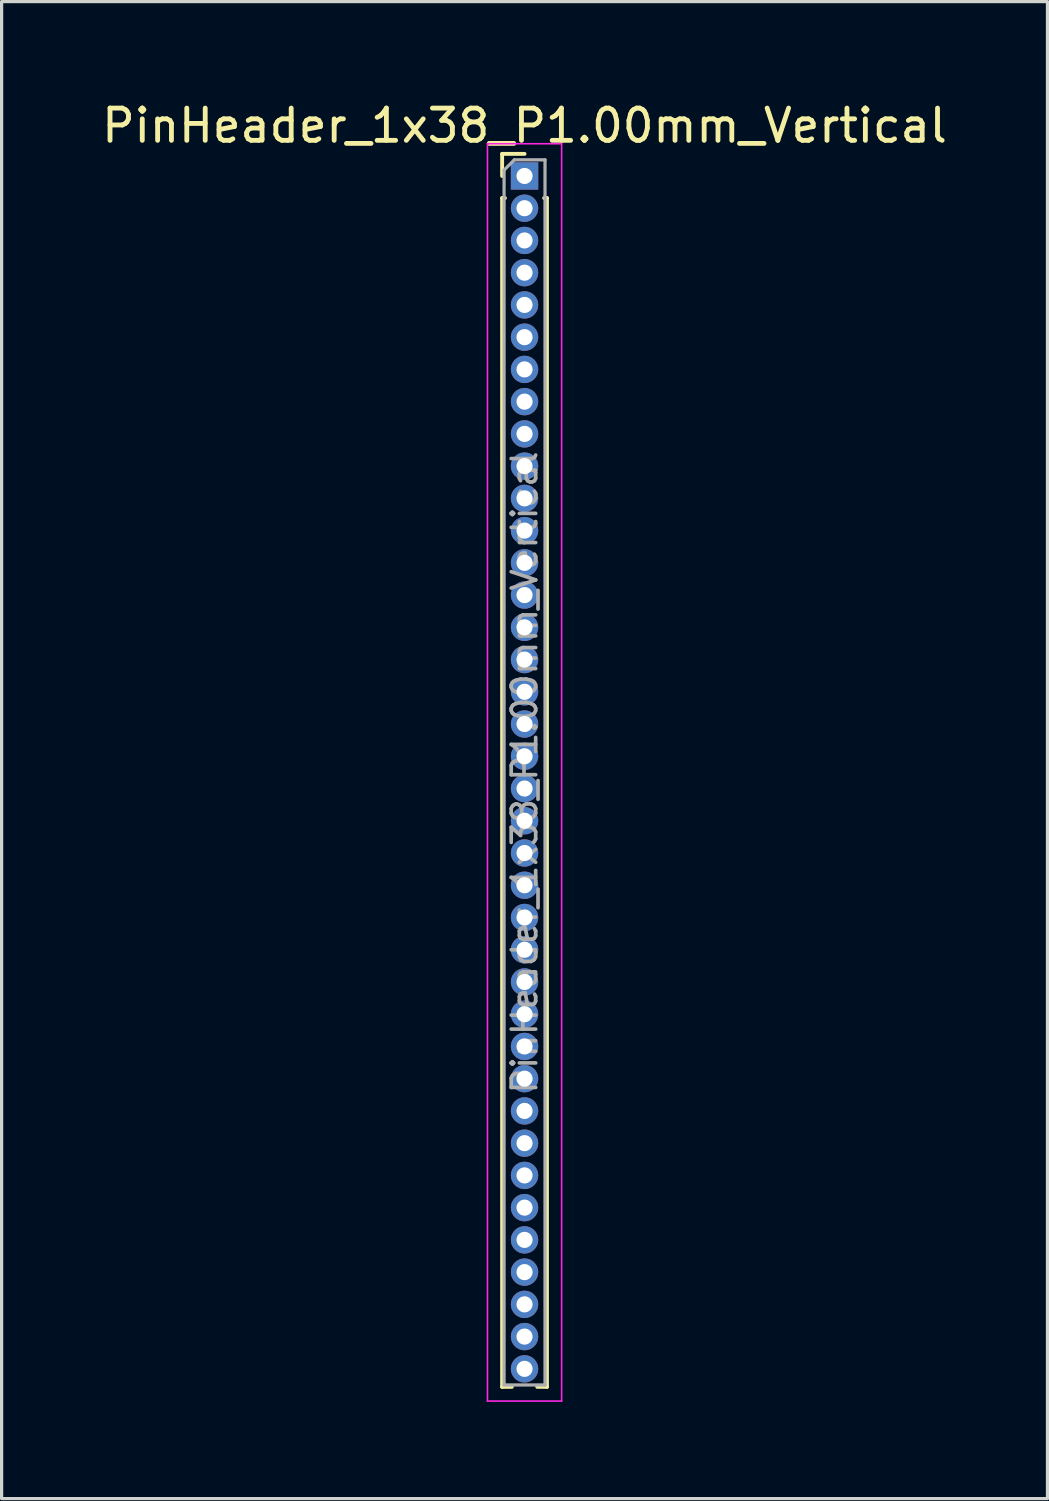
<source format=kicad_pcb>
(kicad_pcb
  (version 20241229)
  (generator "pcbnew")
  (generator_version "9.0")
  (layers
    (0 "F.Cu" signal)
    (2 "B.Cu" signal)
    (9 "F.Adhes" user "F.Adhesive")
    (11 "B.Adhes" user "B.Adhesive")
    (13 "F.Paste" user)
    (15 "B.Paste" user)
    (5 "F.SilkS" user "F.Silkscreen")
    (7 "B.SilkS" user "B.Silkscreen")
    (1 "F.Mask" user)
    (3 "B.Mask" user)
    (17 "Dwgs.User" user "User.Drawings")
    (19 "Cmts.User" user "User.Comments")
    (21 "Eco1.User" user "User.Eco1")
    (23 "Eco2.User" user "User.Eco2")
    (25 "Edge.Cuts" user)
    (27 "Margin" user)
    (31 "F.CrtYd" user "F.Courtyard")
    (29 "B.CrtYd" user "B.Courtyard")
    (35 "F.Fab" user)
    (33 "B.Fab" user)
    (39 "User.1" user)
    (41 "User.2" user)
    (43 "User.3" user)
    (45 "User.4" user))
  (footprint "PinHeader_1x38_P1.00mm_Vertical"
    (layer "F.Cu")
    (at 13.22 2.408)
    (property "Reference" "PinHeader_1x38_P1.00mm_Vertical" (at 0 -1.56 0) (layer "F.SilkS") (effects (font (size 1 1) (thickness 0.15))))
    (attr through_hole)
    (fp_line (start -0.695 -0.685) (end 0 -0.685) (stroke (width 0.12) (type solid)) (layer "F.SilkS"))
    (fp_line (start -0.695 0) (end -0.695 -0.685) (stroke (width 0.12) (type solid)) (layer "F.SilkS"))
    (fp_line (start -0.695 0.685) (end -0.695 37.56) (stroke (width 0.12) (type solid)) (layer "F.SilkS"))
    (fp_line (start -0.695 0.685) (end -0.608 0.685) (stroke (width 0.12) (type solid)) (layer "F.SilkS"))
    (fp_line (start -0.695 37.56) (end -0.394 37.56) (stroke (width 0.12) (type solid)) (layer "F.SilkS"))
    (fp_line (start 0.394 37.56) (end 0.695 37.56) (stroke (width 0.12) (type solid)) (layer "F.SilkS"))
    (fp_line (start 0.608 0.685) (end 0.695 0.685) (stroke (width 0.12) (type solid)) (layer "F.SilkS"))
    (fp_line (start 0.695 0.685) (end 0.695 37.56) (stroke (width 0.12) (type solid)) (layer "F.SilkS"))
    (fp_line (start -1.15 -1) (end -1.15 38) (stroke (width 0.05) (type solid)) (layer "F.CrtYd"))
    (fp_line (start -1.15 38) (end 1.15 38) (stroke (width 0.05) (type solid)) (layer "F.CrtYd"))
    (fp_line (start 1.15 -1) (end -1.15 -1) (stroke (width 0.05) (type solid)) (layer "F.CrtYd"))
    (fp_line (start 1.15 38) (end 1.15 -1) (stroke (width 0.05) (type solid)) (layer "F.CrtYd"))
    (fp_line (start -0.635 -0.182) (end -0.318 -0.5) (stroke (width 0.1) (type solid)) (layer "F.Fab"))
    (fp_line (start -0.635 37.5) (end -0.635 -0.182) (stroke (width 0.1) (type solid)) (layer "F.Fab"))
    (fp_line (start -0.318 -0.5) (end 0.635 -0.5) (stroke (width 0.1) (type solid)) (layer "F.Fab"))
    (fp_line (start 0.635 -0.5) (end 0.635 37.5) (stroke (width 0.1) (type solid)) (layer "F.Fab"))
    (fp_line (start 0.635 37.5) (end -0.635 37.5) (stroke (width 0.1) (type solid)) (layer "F.Fab"))
    (fp_text user "${REFERENCE}" (at 0 18.5 90) (layer "F.Fab") (effects (font (size 0.76 0.76) (thickness 0.114))))
    (pad "1" thru_hole rect (at 0 0) (size 0.85 0.85) (drill 0.5) (layers "*.Cu" "*.Mask"))
    (pad "2" thru_hole oval (at 0 1) (size 0.85 0.85) (drill 0.5) (layers "*.Cu" "*.Mask"))
    (pad "3" thru_hole oval (at 0 2) (size 0.85 0.85) (drill 0.5) (layers "*.Cu" "*.Mask"))
    (pad "4" thru_hole oval (at 0 3) (size 0.85 0.85) (drill 0.5) (layers "*.Cu" "*.Mask"))
    (pad "5" thru_hole oval (at 0 4) (size 0.85 0.85) (drill 0.5) (layers "*.Cu" "*.Mask"))
    (pad "6" thru_hole oval (at 0 5) (size 0.85 0.85) (drill 0.5) (layers "*.Cu" "*.Mask"))
    (pad "7" thru_hole oval (at 0 6) (size 0.85 0.85) (drill 0.5) (layers "*.Cu" "*.Mask"))
    (pad "8" thru_hole oval (at 0 7) (size 0.85 0.85) (drill 0.5) (layers "*.Cu" "*.Mask"))
    (pad "9" thru_hole oval (at 0 8) (size 0.85 0.85) (drill 0.5) (layers "*.Cu" "*.Mask"))
    (pad "10" thru_hole oval (at 0 9) (size 0.85 0.85) (drill 0.5) (layers "*.Cu" "*.Mask"))
    (pad "11" thru_hole oval (at 0 10) (size 0.85 0.85) (drill 0.5) (layers "*.Cu" "*.Mask"))
    (pad "12" thru_hole oval (at 0 11) (size 0.85 0.85) (drill 0.5) (layers "*.Cu" "*.Mask"))
    (pad "13" thru_hole oval (at 0 12) (size 0.85 0.85) (drill 0.5) (layers "*.Cu" "*.Mask"))
    (pad "14" thru_hole oval (at 0 13) (size 0.85 0.85) (drill 0.5) (layers "*.Cu" "*.Mask"))
    (pad "15" thru_hole oval (at 0 14) (size 0.85 0.85) (drill 0.5) (layers "*.Cu" "*.Mask"))
    (pad "16" thru_hole oval (at 0 15) (size 0.85 0.85) (drill 0.5) (layers "*.Cu" "*.Mask"))
    (pad "17" thru_hole oval (at 0 16) (size 0.85 0.85) (drill 0.5) (layers "*.Cu" "*.Mask"))
    (pad "18" thru_hole oval (at 0 17) (size 0.85 0.85) (drill 0.5) (layers "*.Cu" "*.Mask"))
    (pad "19" thru_hole oval (at 0 18) (size 0.85 0.85) (drill 0.5) (layers "*.Cu" "*.Mask"))
    (pad "20" thru_hole oval (at 0 19) (size 0.85 0.85) (drill 0.5) (layers "*.Cu" "*.Mask"))
    (pad "21" thru_hole oval (at 0 20) (size 0.85 0.85) (drill 0.5) (layers "*.Cu" "*.Mask"))
    (pad "22" thru_hole oval (at 0 21) (size 0.85 0.85) (drill 0.5) (layers "*.Cu" "*.Mask"))
    (pad "23" thru_hole oval (at 0 22) (size 0.85 0.85) (drill 0.5) (layers "*.Cu" "*.Mask"))
    (pad "24" thru_hole oval (at 0 23) (size 0.85 0.85) (drill 0.5) (layers "*.Cu" "*.Mask"))
    (pad "25" thru_hole oval (at 0 24) (size 0.85 0.85) (drill 0.5) (layers "*.Cu" "*.Mask"))
    (pad "26" thru_hole oval (at 0 25) (size 0.85 0.85) (drill 0.5) (layers "*.Cu" "*.Mask"))
    (pad "27" thru_hole oval (at 0 26) (size 0.85 0.85) (drill 0.5) (layers "*.Cu" "*.Mask"))
    (pad "28" thru_hole oval (at 0 27) (size 0.85 0.85) (drill 0.5) (layers "*.Cu" "*.Mask"))
    (pad "29" thru_hole oval (at 0 28) (size 0.85 0.85) (drill 0.5) (layers "*.Cu" "*.Mask"))
    (pad "30" thru_hole oval (at 0 29) (size 0.85 0.85) (drill 0.5) (layers "*.Cu" "*.Mask"))
    (pad "31" thru_hole oval (at 0 30) (size 0.85 0.85) (drill 0.5) (layers "*.Cu" "*.Mask"))
    (pad "32" thru_hole oval (at 0 31) (size 0.85 0.85) (drill 0.5) (layers "*.Cu" "*.Mask"))
    (pad "33" thru_hole oval (at 0 32) (size 0.85 0.85) (drill 0.5) (layers "*.Cu" "*.Mask"))
    (pad "34" thru_hole oval (at 0 33) (size 0.85 0.85) (drill 0.5) (layers "*.Cu" "*.Mask"))
    (pad "35" thru_hole oval (at 0 34) (size 0.85 0.85) (drill 0.5) (layers "*.Cu" "*.Mask"))
    (pad "36" thru_hole oval (at 0 35) (size 0.85 0.85) (drill 0.5) (layers "*.Cu" "*.Mask"))
    (pad "37" thru_hole oval (at 0 36) (size 0.85 0.85) (drill 0.5) (layers "*.Cu" "*.Mask"))
    (pad "38" thru_hole oval (at 0 37) (size 0.85 0.85) (drill 0.5) (layers "*.Cu" "*.Mask")))
  (gr_rect
    (start -3 -3)
    (end 29.44 43.433)
    (stroke (width 0.1) (type default))
    (fill no)
    (layer "Edge.Cuts")))
</source>
